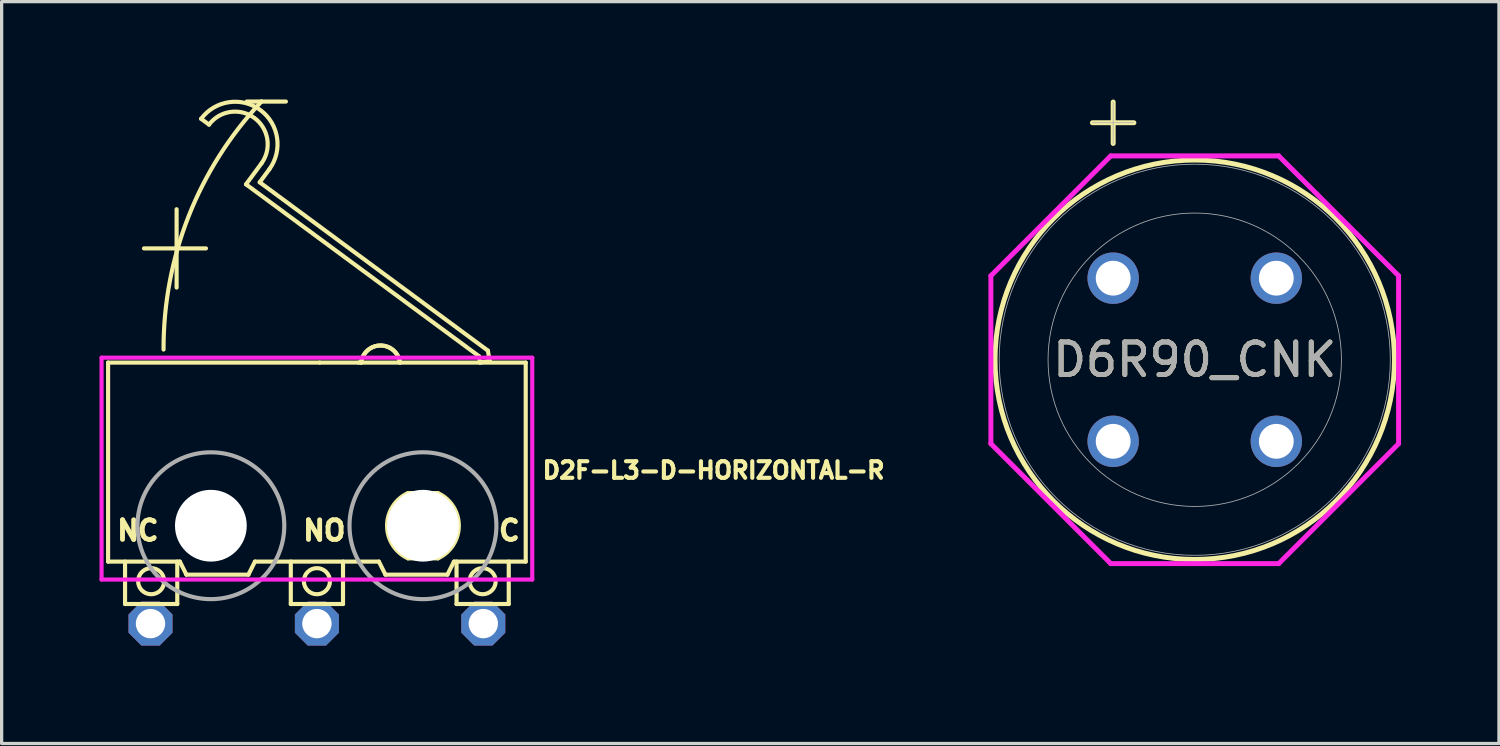
<source format=kicad_pcb>
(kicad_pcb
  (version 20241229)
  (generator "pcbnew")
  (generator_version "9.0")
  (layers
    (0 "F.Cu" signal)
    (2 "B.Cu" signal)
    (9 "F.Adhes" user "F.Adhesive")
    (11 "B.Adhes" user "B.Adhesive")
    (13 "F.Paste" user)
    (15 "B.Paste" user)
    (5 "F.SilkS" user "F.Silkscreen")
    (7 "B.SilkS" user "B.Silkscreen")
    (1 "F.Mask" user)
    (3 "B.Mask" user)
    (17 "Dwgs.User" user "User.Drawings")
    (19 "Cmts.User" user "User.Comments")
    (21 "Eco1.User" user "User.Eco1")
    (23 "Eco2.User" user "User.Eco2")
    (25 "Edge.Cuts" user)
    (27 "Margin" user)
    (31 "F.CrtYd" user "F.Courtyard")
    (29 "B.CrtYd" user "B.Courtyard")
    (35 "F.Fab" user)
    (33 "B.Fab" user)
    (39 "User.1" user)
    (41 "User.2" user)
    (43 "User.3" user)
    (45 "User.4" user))
  (footprint "D2F-L3-D-HORIZONTAL-R"
    (layer "F.Cu")
    (at 6.663 13.063)
    (property "Reference" "D2F-L3-D-HORIZONTAL-R" (at 6.85 -1.4 0) (layer "F.SilkS") (effects (font (size 0.508 0.508) (thickness 0.127)) (justify left bottom)))
    (fp_line (start -6.4 -5) (end 0.085 -5) (stroke (width 0.127) (type solid)) (layer "F.SilkS"))
    (fp_line (start -6.4 1.1) (end -6.4 -5) (stroke (width 0.127) (type solid)) (layer "F.SilkS"))
    (fp_line (start -6.4 1.1) (end -4.2 1.1) (stroke (width 0.127) (type solid)) (layer "F.SilkS"))
    (fp_line (start -5.88 2.4) (end -5.88 1.1) (stroke (width 0.127) (type solid)) (layer "F.SilkS"))
    (fp_line (start -4.3 -8.5) (end -5.3 -8.5) (stroke (width 0.127) (type solid)) (layer "F.SilkS"))
    (fp_line (start -4.3 -8.5) (end -4.3 -9.7) (stroke (width 0.127) (type solid)) (layer "F.SilkS"))
    (fp_line (start -4.3 -7.3) (end -4.3 -8.5) (stroke (width 0.127) (type solid)) (layer "F.SilkS"))
    (fp_line (start -4.28 1.1) (end -4.28 2.4) (stroke (width 0.127) (type solid)) (layer "F.SilkS"))
    (fp_line (start -4.28 2.4) (end -5.88 2.4) (stroke (width 0.127) (type solid)) (layer "F.SilkS"))
    (fp_line (start -4.2 1.1) (end -4 1.5) (stroke (width 0.127) (type solid)) (layer "F.SilkS"))
    (fp_line (start -3.4 -8.5) (end -4.3 -8.5) (stroke (width 0.127) (type solid)) (layer "F.SilkS"))
    (fp_line (start -3.307 -12.294) (end -3.549 -12.472) (stroke (width 0.127) (type solid)) (layer "F.SilkS"))
    (fp_line (start -2.173 -10.463) (end -1.698 -11.106) (stroke (width 0.127) (type solid)) (layer "F.SilkS"))
    (fp_line (start -2.15 -13) (end -1.7 -13) (stroke (width 0.127) (type solid)) (layer "F.SilkS"))
    (fp_line (start -2.1 1.5) (end -4 1.5) (stroke (width 0.127) (type solid)) (layer "F.SilkS"))
    (fp_line (start -2.1 1.5) (end -1.9 1.1) (stroke (width 0.127) (type solid)) (layer "F.SilkS"))
    (fp_line (start -1.9 1.1) (end 1.9 1.1) (stroke (width 0.127) (type solid)) (layer "F.SilkS"))
    (fp_line (start -1.753 -10.526) (end 5.24 -5.367) (stroke (width 0.127) (type solid)) (layer "F.SilkS"))
    (fp_line (start -1.7 -13) (end -0.95 -13) (stroke (width 0.127) (type solid)) (layer "F.SilkS"))
    (fp_line (start -1.456 -10.928) (end -1.753 -10.526) (stroke (width 0.127) (type solid)) (layer "F.SilkS"))
    (fp_line (start -0.8 2.4) (end -0.8 1.1) (stroke (width 0.127) (type solid)) (layer "F.SilkS"))
    (fp_line (start 0.085 -5) (end 1.275 -5) (stroke (width 0.127) (type solid)) (layer "F.SilkS"))
    (fp_line (start 0.8 1.1) (end 0.8 2.4) (stroke (width 0.127) (type solid)) (layer "F.SilkS"))
    (fp_line (start 0.8 2.4) (end -0.8 2.4) (stroke (width 0.127) (type solid)) (layer "F.SilkS"))
    (fp_line (start 1.275 -5) (end 1.355 -5) (stroke (width 0.127) (type solid)) (layer "F.SilkS"))
    (fp_line (start 1.355 -5) (end 2.545 -5) (stroke (width 0.127) (type solid)) (layer "F.SilkS"))
    (fp_line (start 1.9 1.1) (end 2.1 1.5) (stroke (width 0.127) (type solid)) (layer "F.SilkS"))
    (fp_line (start 2.545 -5) (end 6.4 -5) (stroke (width 0.127) (type solid)) (layer "F.SilkS"))
    (fp_line (start 2.792 1) (end 3.708 1) (stroke (width 0.127) (type solid)) (layer "F.SilkS"))
    (fp_line (start 3.708 -1) (end 2.792 -1) (stroke (width 0.127) (type solid)) (layer "F.SilkS"))
    (fp_line (start 4 1.5) (end 2.1 1.5) (stroke (width 0.127) (type solid)) (layer "F.SilkS"))
    (fp_line (start 4 1.5) (end 4.2 1.1) (stroke (width 0.127) (type solid)) (layer "F.SilkS"))
    (fp_line (start 4.2 1.1) (end 6.4 1.1) (stroke (width 0.127) (type solid)) (layer "F.SilkS"))
    (fp_line (start 4.28 2.4) (end 4.28 1.1) (stroke (width 0.127) (type solid)) (layer "F.SilkS"))
    (fp_line (start 4.965 -5.197) (end -2.173 -10.463) (stroke (width 0.127) (type solid)) (layer "F.SilkS"))
    (fp_line (start 5 -5) (end 4.965 -5.197) (stroke (width 0.127) (type solid)) (layer "F.SilkS"))
    (fp_line (start 5.24 -5.367) (end 5.295 -5.052) (stroke (width 0.127) (type solid)) (layer "F.SilkS"))
    (fp_line (start 5.295 -5.052) (end 5 -5) (stroke (width 0.127) (type solid)) (layer "F.SilkS"))
    (fp_line (start 5.88 1.1) (end 5.88 2.4) (stroke (width 0.127) (type solid)) (layer "F.SilkS"))
    (fp_line (start 5.88 2.4) (end 4.28 2.4) (stroke (width 0.127) (type solid)) (layer "F.SilkS"))
    (fp_line (start 6.4 -5) (end 6.4 1.1) (stroke (width 0.127) (type solid)) (layer "F.SilkS"))
    (fp_arc (start -4.7 -5.4) (mid -3.930582 -9.488387) (end -1.7 -12.999999) (stroke (width 0.127) (type solid)) (layer "F.SilkS"))
    (fp_arc (start -3.54864 -12.471731) (mid -1.730759 -12.74615) (end -1.45634 -10.928269) (stroke (width 0.127) (type solid)) (layer "F.SilkS"))
    (fp_arc (start -3.307218 -12.29364) (mid -1.90885 -12.504725) (end -1.697761 -11.106358) (stroke (width 0.127) (type solid)) (layer "F.SilkS"))
    (fp_arc (start 1.35484 -5) (mid 1.95 -5.523974) (end 2.54516 -5) (stroke (width 0.127) (type solid)) (layer "F.SilkS"))
    (fp_arc (start 1.35484 -5) (mid 1.95 -5.523974) (end 2.54516 -5) (stroke (width 0.127) (type solid)) (layer "F.SilkS"))
    (fp_arc (start 2.79174 1) (mid 2.149998 0) (end 2.791739 -1) (stroke (width 0.127) (type solid)) (layer "F.SilkS"))
    (fp_arc (start 3.708259 -1) (mid 4.35 0) (end 3.708258 1) (stroke (width 0.127) (type solid)) (layer "F.SilkS"))
    (fp_circle (center -5.08 1.7) (end -4.68 1.7) (stroke (width 0.127) (type solid)) (fill no) (layer "F.SilkS"))
    (fp_circle (center -3.25 0) (end -2.25 0) (stroke (width 0.127) (type solid)) (fill no) (layer "F.SilkS"))
    (fp_circle (center 0 1.7) (end 0.4 1.7) (stroke (width 0.127) (type solid)) (fill no) (layer "F.SilkS"))
    (fp_circle (center 5.08 1.7) (end 5.48 1.7) (stroke (width 0.127) (type solid)) (fill no) (layer "F.SilkS"))
    (fp_line (start -6.6 -5.15) (end 6.6 -5.15) (stroke (width 0.127) (type solid)) (layer "F.CrtYd"))
    (fp_line (start -6.6 1.65) (end -6.6 -5.15) (stroke (width 0.127) (type solid)) (layer "F.CrtYd"))
    (fp_line (start 6.6 -5.15) (end 6.6 1.65) (stroke (width 0.127) (type solid)) (layer "F.CrtYd"))
    (fp_line (start 6.6 1.65) (end -6.6 1.65) (stroke (width 0.127) (type solid)) (layer "F.CrtYd"))
    (fp_circle (center -3.25 0) (end -1 0) (stroke (width 0.127) (type solid)) (fill no) (layer "F.Fab"))
    (fp_circle (center 3.25 0) (end 5.501 0) (stroke (width 0.127) (type solid)) (fill no) (layer "F.Fab"))
    (fp_line (start -6.4 -5) (end 0.085 -5) (stroke (width 0.025) (type solid)) (layer "User.1"))
    (fp_line (start -6.4 1.1) (end -6.4 -5) (stroke (width 0.025) (type solid)) (layer "User.1"))
    (fp_line (start -6.4 1.1) (end -4.2 1.1) (stroke (width 0.025) (type solid)) (layer "User.1"))
    (fp_line (start -5.88 2.4) (end -5.88 1.1) (stroke (width 0.025) (type solid)) (layer "User.1"))
    (fp_line (start -4.28 1.1) (end -4.28 2.4) (stroke (width 0.025) (type solid)) (layer "User.1"))
    (fp_line (start -4.28 2.4) (end -5.88 2.4) (stroke (width 0.025) (type solid)) (layer "User.1"))
    (fp_line (start -4.2 1.1) (end -4 1.5) (stroke (width 0.025) (type solid)) (layer "User.1"))
    (fp_line (start -3.307 -12.294) (end -3.549 -12.472) (stroke (width 0.025) (type solid)) (layer "User.1"))
    (fp_line (start -2.173 -10.463) (end -1.698 -11.106) (stroke (width 0.025) (type solid)) (layer "User.1"))
    (fp_line (start -2.1 1.5) (end -4 1.5) (stroke (width 0.025) (type solid)) (layer "User.1"))
    (fp_line (start -2.1 1.5) (end -1.9 1.1) (stroke (width 0.025) (type solid)) (layer "User.1"))
    (fp_line (start -1.9 1.1) (end 1.9 1.1) (stroke (width 0.025) (type solid)) (layer "User.1"))
    (fp_line (start -1.753 -10.526) (end 5.24 -5.367) (stroke (width 0.025) (type solid)) (layer "User.1"))
    (fp_line (start -1.456 -10.928) (end -1.753 -10.526) (stroke (width 0.025) (type solid)) (layer "User.1"))
    (fp_line (start -0.8 2.4) (end -0.8 1.1) (stroke (width 0.025) (type solid)) (layer "User.1"))
    (fp_line (start 0.085 -5) (end 1.275 -5) (stroke (width 0.025) (type solid)) (layer "User.1"))
    (fp_line (start 0.8 1.1) (end 0.8 2.4) (stroke (width 0.025) (type solid)) (layer "User.1"))
    (fp_line (start 0.8 2.4) (end -0.8 2.4) (stroke (width 0.025) (type solid)) (layer "User.1"))
    (fp_line (start 1.275 -5) (end 1.355 -5) (stroke (width 0.025) (type solid)) (layer "User.1"))
    (fp_line (start 1.355 -5) (end 2.545 -5) (stroke (width 0.025) (type solid)) (layer "User.1"))
    (fp_line (start 1.9 1.1) (end 2.1 1.5) (stroke (width 0.025) (type solid)) (layer "User.1"))
    (fp_line (start 2.545 -5) (end 6.4 -5) (stroke (width 0.025) (type solid)) (layer "User.1"))
    (fp_line (start 2.792 1) (end 3.708 1) (stroke (width 0.025) (type solid)) (layer "User.1"))
    (fp_line (start 3.708 -1) (end 2.792 -1) (stroke (width 0.025) (type solid)) (layer "User.1"))
    (fp_line (start 4 1.5) (end 2.1 1.5) (stroke (width 0.025) (type solid)) (layer "User.1"))
    (fp_line (start 4 1.5) (end 4.2 1.1) (stroke (width 0.025) (type solid)) (layer "User.1"))
    (fp_line (start 4.2 1.1) (end 6.4 1.1) (stroke (width 0.025) (type solid)) (layer "User.1"))
    (fp_line (start 4.28 2.4) (end 4.28 1.1) (stroke (width 0.025) (type solid)) (layer "User.1"))
    (fp_line (start 4.965 -5.197) (end -2.173 -10.463) (stroke (width 0.025) (type solid)) (layer "User.1"))
    (fp_line (start 5 -5) (end 4.965 -5.197) (stroke (width 0.025) (type solid)) (layer "User.1"))
    (fp_line (start 5.24 -5.367) (end 5.295 -5.052) (stroke (width 0.025) (type solid)) (layer "User.1"))
    (fp_line (start 5.295 -5.052) (end 5 -5) (stroke (width 0.025) (type solid)) (layer "User.1"))
    (fp_line (start 5.88 1.1) (end 5.88 2.4) (stroke (width 0.025) (type solid)) (layer "User.1"))
    (fp_line (start 5.88 2.4) (end 4.28 2.4) (stroke (width 0.025) (type solid)) (layer "User.1"))
    (fp_line (start 6.4 -5) (end 6.4 1.1) (stroke (width 0.025) (type solid)) (layer "User.1"))
    (fp_arc (start -3.54864 -12.471731) (mid -1.730759 -12.74615) (end -1.45634 -10.928269) (stroke (width 0.025) (type solid)) (layer "User.1"))
    (fp_arc (start -3.307218 -12.29364) (mid -1.90885 -12.504725) (end -1.697761 -11.106358) (stroke (width 0.025) (type solid)) (layer "User.1"))
    (fp_arc (start 1.35484 -5) (mid 1.95 -5.523974) (end 2.54516 -5) (stroke (width 0.025) (type solid)) (layer "User.1"))
    (fp_arc (start 1.35484 -5) (mid 1.95 -5.523974) (end 2.54516 -5) (stroke (width 0.025) (type solid)) (layer "User.1"))
    (fp_arc (start 2.79174 1) (mid 2.149998 0) (end 2.791739 -1) (stroke (width 0.025) (type solid)) (layer "User.1"))
    (fp_arc (start 3.708259 -1) (mid 4.35 0) (end 3.708258 1) (stroke (width 0.025) (type solid)) (layer "User.1"))
    (fp_circle (center -5.08 1.7) (end -4.68 1.7) (stroke (width 0.025) (type solid)) (fill no) (layer "User.1"))
    (fp_circle (center -3.25 0) (end -2.25 0) (stroke (width 0.025) (type solid)) (fill no) (layer "User.1"))
    (fp_circle (center 0 1.7) (end 0.4 1.7) (stroke (width 0.025) (type solid)) (fill no) (layer "User.1"))
    (fp_circle (center 5.08 1.7) (end 5.48 1.7) (stroke (width 0.025) (type solid)) (fill no) (layer "User.1"))
    (fp_text user "C" (at 5.5 0.5 0) (layer "F.SilkS") (effects (font (size 0.6 0.6) (thickness 0.15)) (justify left bottom)))
    (fp_text user "NC" (at -6.2 0.5 0) (layer "F.SilkS") (effects (font (size 0.6 0.6) (thickness 0.15)) (justify left bottom)))
    (fp_text user "NO" (at -0.5 0.5 0) (layer "F.SilkS") (effects (font (size 0.6 0.6) (thickness 0.15)) (justify left bottom)))
    (pad "" np_thru_hole circle (at -3.25 0) (size 2.2 2.2) (drill 2.2) (layers "*.Cu" "*.Mask"))
    (pad "" np_thru_hole circle (at 3.25 0) (size 2.2 2.2) (drill 2.2) (layers "*.Cu" "*.Mask"))
    (pad "C" thru_hole roundrect (at 5.1 3 315) (size 1.35 1.35) (drill 0.9) (layers "*.Cu" "*.Mask") (roundrect_rratio 0.25) (chamfer_ratio 0.293) (chamfer top_left top_right bottom_left bottom_right))
    (pad "NC" thru_hole roundrect (at -5.1 3 225) (size 1.35 1.35) (drill 0.9) (layers "*.Cu" "*.Mask") (roundrect_rratio 0.25) (chamfer_ratio 0.293) (chamfer top_left top_right bottom_left bottom_right))
    (pad "NO" thru_hole roundrect (at 0 3 270) (size 1.35 1.35) (drill 0.9) (layers "*.Cu" "*.Mask") (roundrect_rratio 0.25) (chamfer_ratio 0.293) (chamfer top_left top_right bottom_left bottom_right)))
  (footprint "D6R90_CNK"
    (layer "F.Cu")
    (at 31.068 5.476)
    (property "Reference" "D6R90_CNK" (at 2.5 2.5 0) (unlocked yes) (layer "F.SilkS") (effects (font (size 1 1) (thickness 0.15))))
    (attr through_hole)
    (fp_line (start -0.635 -4.764) (end 0.635 -4.764) (stroke (width 0.152) (type solid)) (layer "F.SilkS"))
    (fp_line (start 0 -4.129) (end 0 -5.399) (stroke (width 0.152) (type solid)) (layer "F.SilkS"))
    (fp_circle (center 2.5 2.5) (end 8.621 2.5) (stroke (width 0.152) (type solid)) (fill no) (layer "F.SilkS"))
    (fp_line (start -3.748 -0.073) (end -0.073 -3.748) (stroke (width 0.152) (type solid)) (layer "F.CrtYd"))
    (fp_line (start -3.748 5.073) (end -3.748 -0.073) (stroke (width 0.152) (type solid)) (layer "F.CrtYd"))
    (fp_line (start -0.073 -3.748) (end 5.073 -3.748) (stroke (width 0.152) (type solid)) (layer "F.CrtYd"))
    (fp_line (start -0.073 8.748) (end -3.748 5.073) (stroke (width 0.152) (type solid)) (layer "F.CrtYd"))
    (fp_line (start 5.073 -3.748) (end 8.748 -0.073) (stroke (width 0.152) (type solid)) (layer "F.CrtYd"))
    (fp_line (start 5.073 8.748) (end -0.073 8.748) (stroke (width 0.152) (type solid)) (layer "F.CrtYd"))
    (fp_line (start 8.748 -0.073) (end 8.748 5.073) (stroke (width 0.152) (type solid)) (layer "F.CrtYd"))
    (fp_line (start 8.748 5.073) (end 5.073 8.748) (stroke (width 0.152) (type solid)) (layer "F.CrtYd"))
    (fp_line (start -0.635 -4.764) (end 0.635 -4.764) (stroke (width 0.025) (type solid)) (layer "F.Fab"))
    (fp_line (start 0 -4.129) (end 0 -5.399) (stroke (width 0.025) (type solid)) (layer "F.Fab"))
    (fp_circle (center 2.5 2.5) (end 6.996 2.5) (stroke (width 0.025) (type solid)) (fill no) (layer "F.Fab"))
    (fp_circle (center 2.5 2.5) (end 8.494 2.5) (stroke (width 0.025) (type solid)) (fill no) (layer "F.Fab"))
    (fp_text user "${REFERENCE}" (at 2.5 2.5 0) (unlocked yes) (layer "F.Fab") (effects (font (size 1 1) (thickness 0.15))))
    (pad "1" thru_hole circle (at 0 0) (size 1.575 1.575) (drill 1.067) (layers "*.Cu" "*.Mask"))
    (pad "2" thru_hole circle (at 5 0) (size 1.575 1.575) (drill 1.067) (layers "*.Cu" "*.Mask"))
    (pad "3" thru_hole circle (at 5 5) (size 1.575 1.575) (drill 1.067) (layers "*.Cu" "*.Mask"))
    (pad "4" thru_hole circle (at 0 5) (size 1.575 1.575) (drill 1.067) (layers "*.Cu" "*.Mask")))
  (gr_rect
    (start -3 -3)
    (end 42.892 19.738)
    (stroke (width 0.1) (type default))
    (fill no)
    (layer "Edge.Cuts")))
</source>
